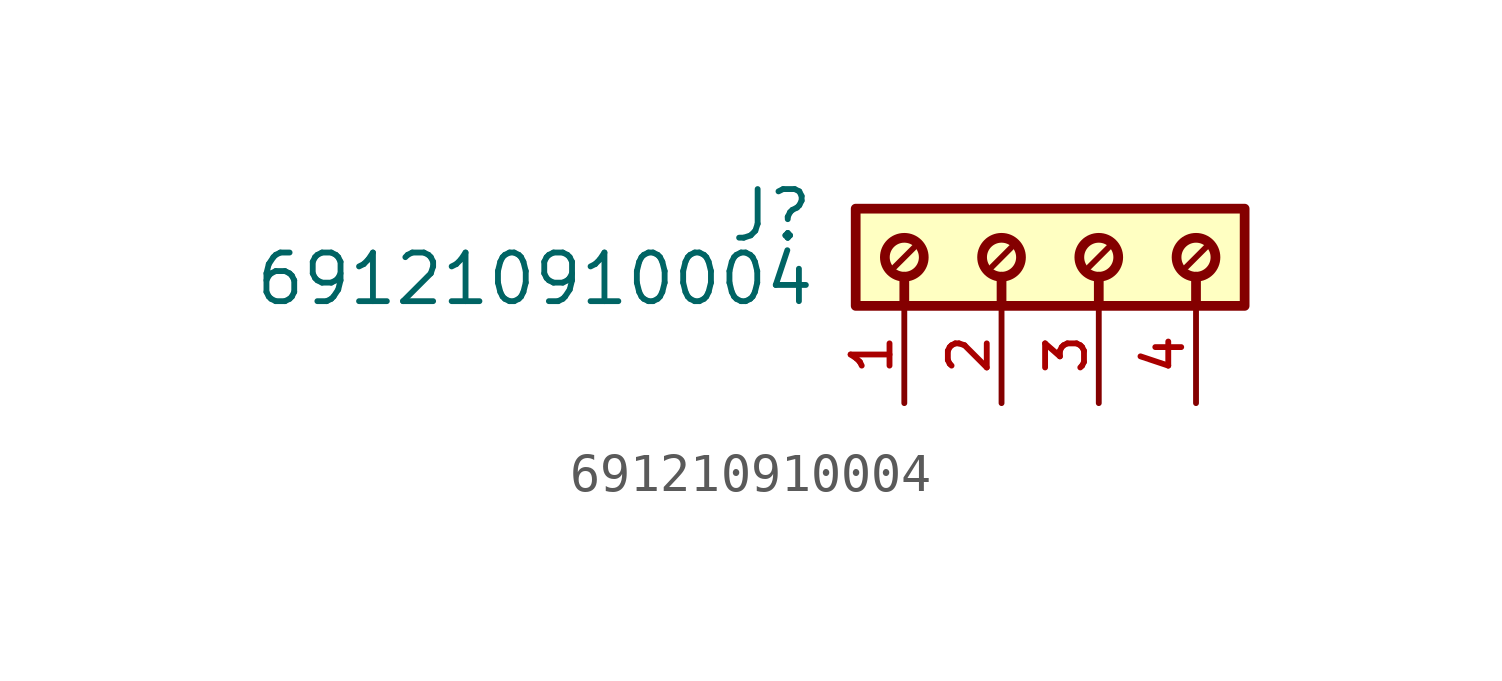
<source format=kicad_sym>
(kicad_symbol_lib
  (version 20211014)
  (generator kicad_symbol_editor)
  (symbol "691210910004"
    (pin_names
      (offset 1.016))
    (property "Reference" "J"
      (at -7.42 -0.922 0)
      (effects (font (size 1.27 1.27)) (justify bottom right)))
    (property "Value" "691210910004"
      (at -7.37 -2.58 0)
      (effects (font (size 1.27 1.27)) (justify bottom right)))
    (symbol "691210910004_0_0"
      (polyline (pts (xy -5.08 -1.778) (xy -5.08 -2.54)) (stroke (width 0.254)))
      (polyline (pts (xy -2.54 -1.778) (xy -2.54 -2.54)) (stroke (width 0.254)))
      (polyline (pts (xy -4.826 -1.016) (xy -5.334 -1.524)) (stroke (width 0.152)))
      (polyline (pts (xy -2.286 -1.016) (xy -2.794 -1.524)) (stroke (width 0.152)))
      (polyline (pts (xy 0.0 -1.778) (xy 0.0 -2.54)) (stroke (width 0.254)))
      (polyline (pts (xy 0.254 -1.016) (xy -0.254 -1.524)) (stroke (width 0.152)))
      (polyline (pts (xy 2.54 -1.778) (xy 2.54 -2.54)) (stroke (width 0.254)))
      (polyline (pts (xy 2.794 -1.016) (xy 2.286 -1.524)) (stroke (width 0.152)))
      (circle (center -5.08 -1.27) (radius 0.508) (stroke (width 0.254)) (fill (type none)))
      (circle (center -2.54 -1.27) (radius 0.508) (stroke (width 0.254)) (fill (type none)))
      (circle (center 0.0 -1.27) (radius 0.508) (stroke (width 0.254)) (fill (type none)))
      (circle (center 2.54 -1.27) (radius 0.508) (stroke (width 0.254)) (fill (type none)))
      (rectangle (start -6.35 -2.54) (end 3.81 -2.22044604925e-16) (stroke (width 0.254)) (fill (type background)))
      (pin passive line (at -5.08 -5.08 90.0) (length 2.54) (name "~" (effects (font (size 1.016 1.016)))) (number "1" (effects (font (size 1.016 1.016)))))
      (pin passive line (at -2.54 -5.08 90.0) (length 2.54) (name "~" (effects (font (size 1.016 1.016)))) (number "2" (effects (font (size 1.016 1.016)))))
      (pin passive line (at 0.0 -5.08 90.0) (length 2.54) (name "~" (effects (font (size 1.016 1.016)))) (number "3" (effects (font (size 1.016 1.016)))))
      (pin passive line (at 2.54 -5.08 90.0) (length 2.54) (name "~" (effects (font (size 1.016 1.016)))) (number "4" (effects (font (size 1.016 1.016))))))))
</source>
